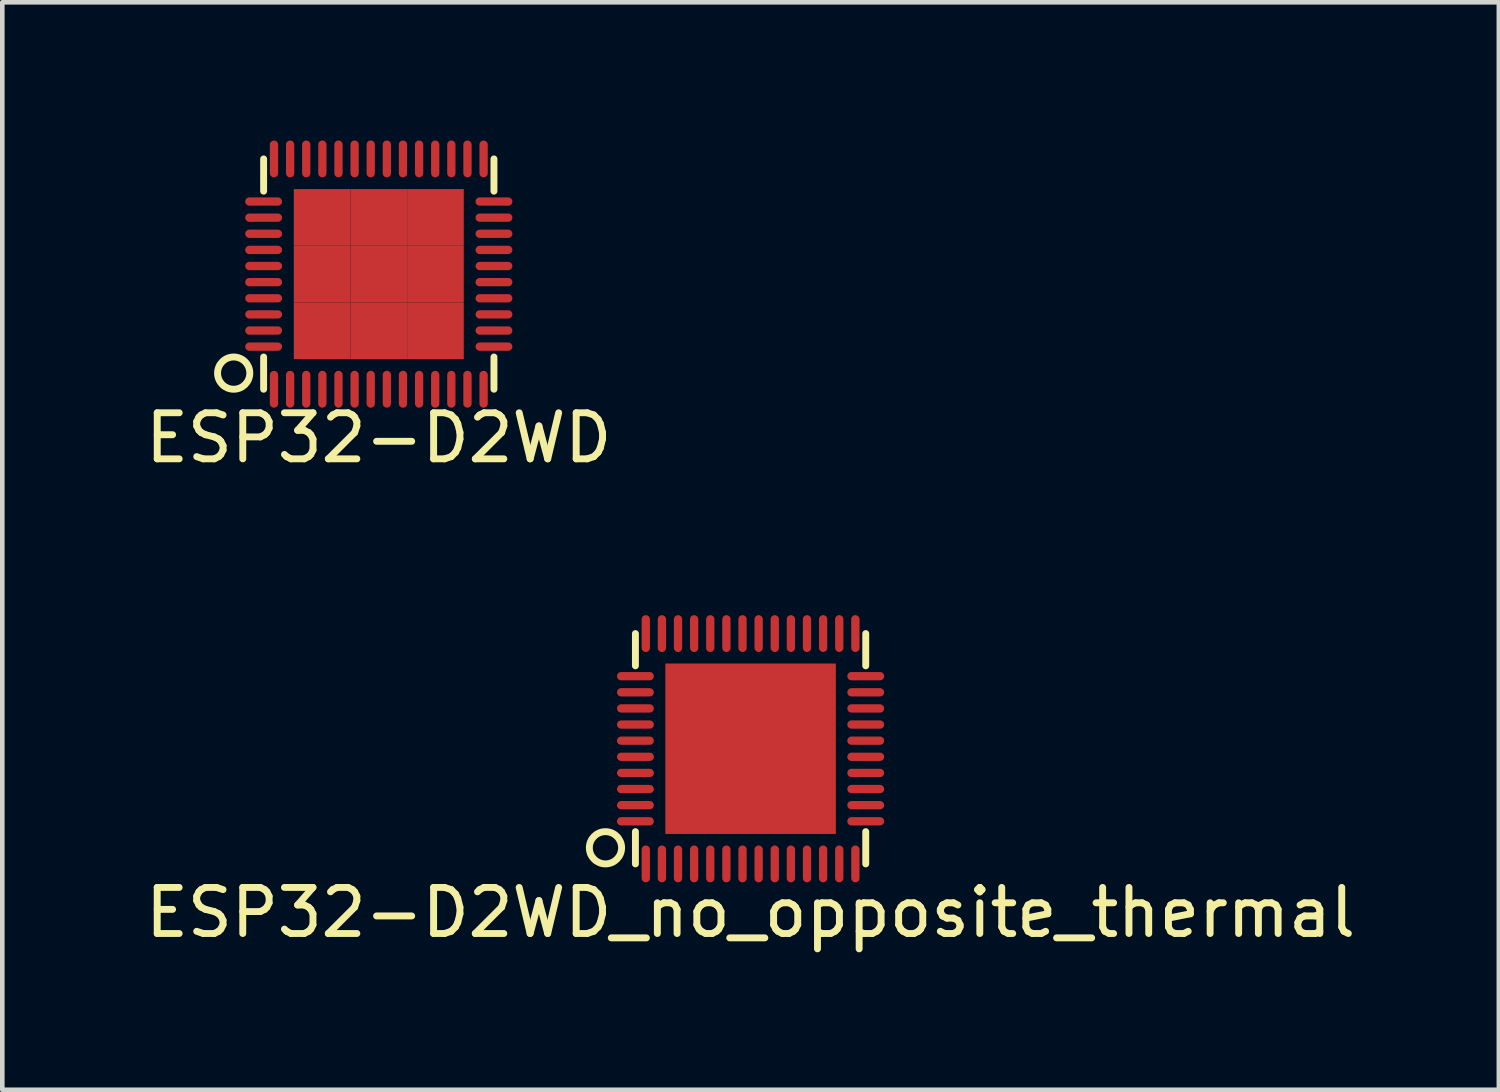
<source format=kicad_pcb>
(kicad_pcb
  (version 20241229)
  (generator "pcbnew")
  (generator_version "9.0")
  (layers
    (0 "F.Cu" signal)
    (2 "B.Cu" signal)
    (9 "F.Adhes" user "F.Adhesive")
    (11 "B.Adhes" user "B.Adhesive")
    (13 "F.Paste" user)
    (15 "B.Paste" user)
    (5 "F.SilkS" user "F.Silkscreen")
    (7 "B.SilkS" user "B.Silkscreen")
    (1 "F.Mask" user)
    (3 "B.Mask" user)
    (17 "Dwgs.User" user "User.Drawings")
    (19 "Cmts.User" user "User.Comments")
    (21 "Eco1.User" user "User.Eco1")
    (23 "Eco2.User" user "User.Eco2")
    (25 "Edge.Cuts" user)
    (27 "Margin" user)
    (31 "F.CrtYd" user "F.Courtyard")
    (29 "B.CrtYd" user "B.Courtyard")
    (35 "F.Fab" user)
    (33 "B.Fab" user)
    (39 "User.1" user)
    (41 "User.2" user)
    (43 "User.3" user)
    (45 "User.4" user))
  (footprint "ESP32-D2WD_no_opposite_thermal"
    (layer "F.Cu")
    (at 13.244 13.204)
    (property "Reference" "ESP32-D2WD_no_opposite_thermal" (at 0 3.556 0) (layer "F.SilkS") (effects (font (size 1 1) (thickness 0.15))))
    (attr through_hole)
    (fp_line (start -2.5 -2.5) (end -2.5 -1.8) (stroke (width 0.15) (type solid)) (layer "F.SilkS"))
    (fp_line (start -2.5 2.5) (end -2.5 1.8) (stroke (width 0.15) (type solid)) (layer "F.SilkS"))
    (fp_line (start 2.5 -1.8) (end 2.5 -2.5) (stroke (width 0.15) (type solid)) (layer "F.SilkS"))
    (fp_line (start 2.5 2.5) (end 2.5 1.8) (stroke (width 0.15) (type solid)) (layer "F.SilkS"))
    (fp_circle (center -3.15 2.15) (end -3.15 1.8) (stroke (width 0.15) (type solid)) (fill no) (layer "F.SilkS"))
    (pad "1" smd oval (at -2.275 2.5 90) (size 0.8 0.18) (layers "F.Cu" "F.Mask" "F.Paste"))
    (pad "2" smd oval (at -1.925 2.5 90) (size 0.8 0.18) (layers "F.Cu" "F.Mask" "F.Paste"))
    (pad "3" smd oval (at -1.575 2.5 90) (size 0.8 0.18) (layers "F.Cu" "F.Mask" "F.Paste"))
    (pad "4" smd oval (at -1.225 2.5 90) (size 0.8 0.18) (layers "F.Cu" "F.Mask" "F.Paste"))
    (pad "5" smd oval (at -0.875 2.5 90) (size 0.8 0.18) (layers "F.Cu" "F.Mask" "F.Paste"))
    (pad "6" smd oval (at -0.525 2.5 90) (size 0.8 0.18) (layers "F.Cu" "F.Mask" "F.Paste"))
    (pad "7" smd oval (at -0.175 2.5 90) (size 0.8 0.18) (layers "F.Cu" "F.Mask" "F.Paste"))
    (pad "8" smd oval (at 0.175 2.5 90) (size 0.8 0.18) (layers "F.Cu" "F.Mask" "F.Paste"))
    (pad "9" smd oval (at 0.525 2.5 90) (size 0.8 0.18) (layers "F.Cu" "F.Mask" "F.Paste"))
    (pad "10" smd oval (at 0.875 2.5 90) (size 0.8 0.18) (layers "F.Cu" "F.Mask" "F.Paste"))
    (pad "11" smd oval (at 1.225 2.5 90) (size 0.8 0.18) (layers "F.Cu" "F.Mask" "F.Paste"))
    (pad "12" smd oval (at 1.575 2.5 90) (size 0.8 0.18) (layers "F.Cu" "F.Mask" "F.Paste"))
    (pad "13" smd oval (at 1.925 2.5 90) (size 0.8 0.18) (layers "F.Cu" "F.Mask" "F.Paste"))
    (pad "14" smd oval (at 2.275 2.5 90) (size 0.8 0.18) (layers "F.Cu" "F.Mask" "F.Paste"))
    (pad "15" smd oval (at 2.5 1.575) (size 0.8 0.18) (layers "F.Cu" "F.Mask" "F.Paste"))
    (pad "16" smd oval (at 2.5 1.225) (size 0.8 0.18) (layers "F.Cu" "F.Mask" "F.Paste"))
    (pad "17" smd oval (at 2.5 0.875) (size 0.8 0.18) (layers "F.Cu" "F.Mask" "F.Paste"))
    (pad "18" smd oval (at 2.5 0.525) (size 0.8 0.18) (layers "F.Cu" "F.Mask" "F.Paste"))
    (pad "19" smd oval (at 2.5 0.175) (size 0.8 0.18) (layers "F.Cu" "F.Mask" "F.Paste"))
    (pad "20" smd oval (at 2.5 -0.175) (size 0.8 0.18) (layers "F.Cu" "F.Mask" "F.Paste"))
    (pad "21" smd oval (at 2.5 -0.525) (size 0.8 0.18) (layers "F.Cu" "F.Mask" "F.Paste"))
    (pad "22" smd oval (at 2.5 -0.875) (size 0.8 0.18) (layers "F.Cu" "F.Mask" "F.Paste"))
    (pad "23" smd oval (at 2.5 -1.225) (size 0.8 0.18) (layers "F.Cu" "F.Mask" "F.Paste"))
    (pad "24" smd oval (at 2.5 -1.575) (size 0.8 0.18) (layers "F.Cu" "F.Mask" "F.Paste"))
    (pad "25" smd oval (at 2.275 -2.5 90) (size 0.8 0.18) (layers "F.Cu" "F.Mask" "F.Paste"))
    (pad "26" smd oval (at 1.925 -2.5 90) (size 0.8 0.18) (layers "F.Cu" "F.Mask" "F.Paste"))
    (pad "27" smd oval (at 1.575 -2.5 90) (size 0.8 0.18) (layers "F.Cu" "F.Mask" "F.Paste"))
    (pad "28" smd oval (at 1.225 -2.5 90) (size 0.8 0.18) (layers "F.Cu" "F.Mask" "F.Paste"))
    (pad "29" smd oval (at 0.875 -2.5 90) (size 0.8 0.18) (layers "F.Cu" "F.Mask" "F.Paste"))
    (pad "30" smd oval (at 0.525 -2.5 90) (size 0.8 0.18) (layers "F.Cu" "F.Mask" "F.Paste"))
    (pad "31" smd oval (at 0.175 -2.5 90) (size 0.8 0.18) (layers "F.Cu" "F.Mask" "F.Paste"))
    (pad "32" smd oval (at -0.175 -2.5 90) (size 0.8 0.18) (layers "F.Cu" "F.Mask" "F.Paste"))
    (pad "33" smd oval (at -0.525 -2.5 90) (size 0.8 0.18) (layers "F.Cu" "F.Mask" "F.Paste"))
    (pad "34" smd oval (at -0.875 -2.5 90) (size 0.8 0.18) (layers "F.Cu" "F.Mask" "F.Paste"))
    (pad "35" smd oval (at -1.225 -2.5 90) (size 0.8 0.18) (layers "F.Cu" "F.Mask" "F.Paste"))
    (pad "36" smd oval (at -1.575 -2.5 90) (size 0.8 0.18) (layers "F.Cu" "F.Mask" "F.Paste"))
    (pad "37" smd oval (at -1.925 -2.5 90) (size 0.8 0.18) (layers "F.Cu" "F.Mask" "F.Paste"))
    (pad "38" smd oval (at -2.275 -2.5 90) (size 0.8 0.18) (layers "F.Cu" "F.Mask" "F.Paste"))
    (pad "39" smd oval (at -2.5 -1.575) (size 0.8 0.18) (layers "F.Cu" "F.Mask" "F.Paste"))
    (pad "40" smd oval (at -2.5 -1.225) (size 0.8 0.18) (layers "F.Cu" "F.Mask" "F.Paste"))
    (pad "41" smd oval (at -2.5 -0.875) (size 0.8 0.18) (layers "F.Cu" "F.Mask" "F.Paste"))
    (pad "42" smd oval (at -2.5 -0.525) (size 0.8 0.18) (layers "F.Cu" "F.Mask" "F.Paste"))
    (pad "43" smd oval (at -2.5 -0.175) (size 0.8 0.18) (layers "F.Cu" "F.Mask" "F.Paste"))
    (pad "44" smd oval (at -2.5 0.175) (size 0.8 0.18) (layers "F.Cu" "F.Mask" "F.Paste"))
    (pad "45" smd oval (at -2.5 0.525) (size 0.8 0.18) (layers "F.Cu" "F.Mask" "F.Paste"))
    (pad "46" smd oval (at -2.5 0.875) (size 0.8 0.18) (layers "F.Cu" "F.Mask" "F.Paste"))
    (pad "47" smd oval (at -2.5 1.225) (size 0.8 0.18) (layers "F.Cu" "F.Mask" "F.Paste"))
    (pad "48" smd oval (at -2.5 1.575) (size 0.8 0.18) (layers "F.Cu" "F.Mask" "F.Paste"))
    (pad "49" smd rect (at 0 0) (size 3.7 3.7) (layers "F.Cu" "F.Mask" "F.Paste")))
  (footprint "ESP32-D2WD"
    (layer "F.Cu")
    (at 5.173 2.9)
    (property "Reference" "ESP32-D2WD" (at 0 3.556 0) (layer "F.SilkS") (effects (font (size 1 1) (thickness 0.15))))
    (attr through_hole)
    (fp_line (start -2.5 -2.5) (end -2.5 -1.8) (stroke (width 0.15) (type solid)) (layer "F.SilkS"))
    (fp_line (start -2.5 2.5) (end -2.5 1.8) (stroke (width 0.15) (type solid)) (layer "F.SilkS"))
    (fp_line (start 2.5 -1.8) (end 2.5 -2.5) (stroke (width 0.15) (type solid)) (layer "F.SilkS"))
    (fp_line (start 2.5 2.5) (end 2.5 1.8) (stroke (width 0.15) (type solid)) (layer "F.SilkS"))
    (fp_circle (center -3.15 2.15) (end -3.15 1.8) (stroke (width 0.15) (type solid)) (fill no) (layer "F.SilkS"))
    (pad "1" smd oval (at -2.275 2.5 90) (size 0.8 0.18) (layers "F.Cu" "F.Mask" "F.Paste"))
    (pad "2" smd oval (at -1.925 2.5 90) (size 0.8 0.18) (layers "F.Cu" "F.Mask" "F.Paste"))
    (pad "3" smd oval (at -1.575 2.5 90) (size 0.8 0.18) (layers "F.Cu" "F.Mask" "F.Paste"))
    (pad "4" smd oval (at -1.225 2.5 90) (size 0.8 0.18) (layers "F.Cu" "F.Mask" "F.Paste"))
    (pad "5" smd oval (at -0.875 2.5 90) (size 0.8 0.18) (layers "F.Cu" "F.Mask" "F.Paste"))
    (pad "6" smd oval (at -0.525 2.5 90) (size 0.8 0.18) (layers "F.Cu" "F.Mask" "F.Paste"))
    (pad "7" smd oval (at -0.175 2.5 90) (size 0.8 0.18) (layers "F.Cu" "F.Mask" "F.Paste"))
    (pad "8" smd oval (at 0.175 2.5 90) (size 0.8 0.18) (layers "F.Cu" "F.Mask" "F.Paste"))
    (pad "9" smd oval (at 0.525 2.5 90) (size 0.8 0.18) (layers "F.Cu" "F.Mask" "F.Paste"))
    (pad "10" smd oval (at 0.875 2.5 90) (size 0.8 0.18) (layers "F.Cu" "F.Mask" "F.Paste"))
    (pad "11" smd oval (at 1.225 2.5 90) (size 0.8 0.18) (layers "F.Cu" "F.Mask" "F.Paste"))
    (pad "12" smd oval (at 1.575 2.5 90) (size 0.8 0.18) (layers "F.Cu" "F.Mask" "F.Paste"))
    (pad "13" smd oval (at 1.925 2.5 90) (size 0.8 0.18) (layers "F.Cu" "F.Mask" "F.Paste"))
    (pad "14" smd oval (at 2.275 2.5 90) (size 0.8 0.18) (layers "F.Cu" "F.Mask" "F.Paste"))
    (pad "15" smd oval (at 2.5 1.575) (size 0.8 0.18) (layers "F.Cu" "F.Mask" "F.Paste"))
    (pad "16" smd oval (at 2.5 1.225) (size 0.8 0.18) (layers "F.Cu" "F.Mask" "F.Paste"))
    (pad "17" smd oval (at 2.5 0.875) (size 0.8 0.18) (layers "F.Cu" "F.Mask" "F.Paste"))
    (pad "18" smd oval (at 2.5 0.525) (size 0.8 0.18) (layers "F.Cu" "F.Mask" "F.Paste"))
    (pad "19" smd oval (at 2.5 0.175) (size 0.8 0.18) (layers "F.Cu" "F.Mask" "F.Paste"))
    (pad "20" smd oval (at 2.5 -0.175) (size 0.8 0.18) (layers "F.Cu" "F.Mask" "F.Paste"))
    (pad "21" smd oval (at 2.5 -0.525) (size 0.8 0.18) (layers "F.Cu" "F.Mask" "F.Paste"))
    (pad "22" smd oval (at 2.5 -0.875) (size 0.8 0.18) (layers "F.Cu" "F.Mask" "F.Paste"))
    (pad "23" smd oval (at 2.5 -1.225) (size 0.8 0.18) (layers "F.Cu" "F.Mask" "F.Paste"))
    (pad "24" smd oval (at 2.5 -1.575) (size 0.8 0.18) (layers "F.Cu" "F.Mask" "F.Paste"))
    (pad "25" smd oval (at 2.275 -2.5 90) (size 0.8 0.18) (layers "F.Cu" "F.Mask" "F.Paste"))
    (pad "26" smd oval (at 1.925 -2.5 90) (size 0.8 0.18) (layers "F.Cu" "F.Mask" "F.Paste"))
    (pad "27" smd oval (at 1.575 -2.5 90) (size 0.8 0.18) (layers "F.Cu" "F.Mask" "F.Paste"))
    (pad "28" smd oval (at 1.225 -2.5 90) (size 0.8 0.18) (layers "F.Cu" "F.Mask" "F.Paste"))
    (pad "29" smd oval (at 0.875 -2.5 90) (size 0.8 0.18) (layers "F.Cu" "F.Mask" "F.Paste"))
    (pad "30" smd oval (at 0.525 -2.5 90) (size 0.8 0.18) (layers "F.Cu" "F.Mask" "F.Paste"))
    (pad "31" smd oval (at 0.175 -2.5 90) (size 0.8 0.18) (layers "F.Cu" "F.Mask" "F.Paste"))
    (pad "32" smd oval (at -0.175 -2.5 90) (size 0.8 0.18) (layers "F.Cu" "F.Mask" "F.Paste"))
    (pad "33" smd oval (at -0.525 -2.5 90) (size 0.8 0.18) (layers "F.Cu" "F.Mask" "F.Paste"))
    (pad "34" smd oval (at -0.875 -2.5 90) (size 0.8 0.18) (layers "F.Cu" "F.Mask" "F.Paste"))
    (pad "35" smd oval (at -1.225 -2.5 90) (size 0.8 0.18) (layers "F.Cu" "F.Mask" "F.Paste"))
    (pad "36" smd oval (at -1.575 -2.5 90) (size 0.8 0.18) (layers "F.Cu" "F.Mask" "F.Paste"))
    (pad "37" smd oval (at -1.925 -2.5 90) (size 0.8 0.18) (layers "F.Cu" "F.Mask" "F.Paste"))
    (pad "38" smd oval (at -2.275 -2.5 90) (size 0.8 0.18) (layers "F.Cu" "F.Mask" "F.Paste"))
    (pad "39" smd oval (at -2.5 -1.575) (size 0.8 0.18) (layers "F.Cu" "F.Mask" "F.Paste"))
    (pad "40" smd oval (at -2.5 -1.225) (size 0.8 0.18) (layers "F.Cu" "F.Mask" "F.Paste"))
    (pad "41" smd oval (at -2.5 -0.875) (size 0.8 0.18) (layers "F.Cu" "F.Mask" "F.Paste"))
    (pad "42" smd oval (at -2.5 -0.525) (size 0.8 0.18) (layers "F.Cu" "F.Mask" "F.Paste"))
    (pad "43" smd oval (at -2.5 -0.175) (size 0.8 0.18) (layers "F.Cu" "F.Mask" "F.Paste"))
    (pad "44" smd oval (at -2.5 0.175) (size 0.8 0.18) (layers "F.Cu" "F.Mask" "F.Paste"))
    (pad "45" smd oval (at -2.5 0.525) (size 0.8 0.18) (layers "F.Cu" "F.Mask" "F.Paste"))
    (pad "46" smd oval (at -2.5 0.875) (size 0.8 0.18) (layers "F.Cu" "F.Mask" "F.Paste"))
    (pad "47" smd oval (at -2.5 1.225) (size 0.8 0.18) (layers "F.Cu" "F.Mask" "F.Paste"))
    (pad "48" smd oval (at -2.5 1.575) (size 0.8 0.18) (layers "F.Cu" "F.Mask" "F.Paste"))
    (pad "49" smd rect (at -1.23 -1.23) (size 1.23 1.23) (layers "F.Cu" "F.Mask" "F.Paste"))
    (pad "49" smd rect (at -1.23 0) (size 1.23 1.23) (layers "F.Cu" "F.Mask" "F.Paste"))
    (pad "49" smd rect (at -1.23 1.23) (size 1.23 1.23) (layers "F.Cu" "F.Mask" "F.Paste"))
    (pad "49" smd rect (at 0 -1.23) (size 1.23 1.23) (layers "F.Cu" "F.Mask" "F.Paste"))
    (pad "49" smd rect (at 0 0) (size 1.23 1.23) (layers "F.Cu" "F.Mask" "F.Paste"))
    (pad "49" smd rect (at 0 1.23) (size 1.23 1.23) (layers "F.Cu" "F.Mask" "F.Paste"))
    (pad "49" smd rect (at 1.23 -1.23) (size 1.23 1.23) (layers "F.Cu" "F.Mask" "F.Paste"))
    (pad "49" smd rect (at 1.23 0) (size 1.23 1.23) (layers "F.Cu" "F.Mask" "F.Paste"))
    (pad "49" smd rect (at 1.23 1.23) (size 1.23 1.23) (layers "F.Cu" "F.Mask" "F.Paste")))
  (gr_rect
    (start -3 -3)
    (end 29.488 20.608)
    (stroke (width 0.1) (type default))
    (fill no)
    (layer "Edge.Cuts")))
</source>
